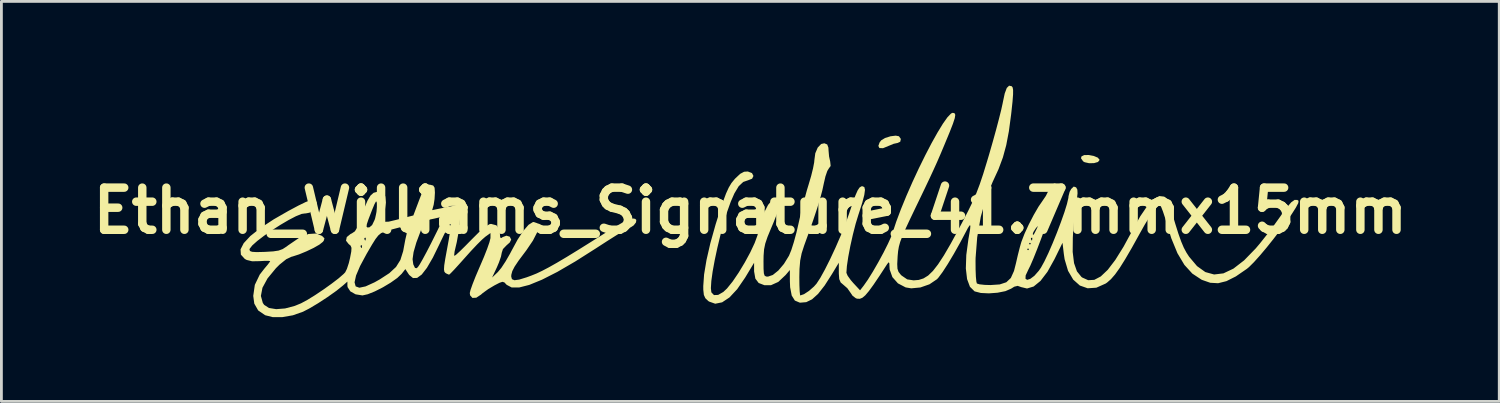
<source format=kicad_pcb>
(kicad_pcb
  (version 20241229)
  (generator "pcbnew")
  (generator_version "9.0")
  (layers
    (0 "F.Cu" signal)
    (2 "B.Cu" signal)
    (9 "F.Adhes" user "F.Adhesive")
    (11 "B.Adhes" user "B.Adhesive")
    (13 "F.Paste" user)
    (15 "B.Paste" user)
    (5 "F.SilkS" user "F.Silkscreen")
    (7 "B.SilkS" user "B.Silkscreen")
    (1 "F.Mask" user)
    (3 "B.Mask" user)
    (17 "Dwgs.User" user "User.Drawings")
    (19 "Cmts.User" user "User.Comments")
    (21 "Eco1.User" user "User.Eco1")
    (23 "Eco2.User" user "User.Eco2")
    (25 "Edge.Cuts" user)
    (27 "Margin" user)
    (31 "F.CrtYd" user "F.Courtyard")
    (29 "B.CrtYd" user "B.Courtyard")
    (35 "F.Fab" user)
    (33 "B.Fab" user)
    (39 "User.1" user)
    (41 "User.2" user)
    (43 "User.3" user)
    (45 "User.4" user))
  (footprint "Ethan_Williams_Signature_41.7mmx15mm"
    (layer "F.Cu")
    (at 23.657 4.45)
    (property "Reference" "Ethan_Williams_Signature_41.7mmx15mm" (at 0 0 0) (layer "F.SilkS") (effects (font (size 1.5 1.5) (thickness 0.3))))
    (attr board_only exclude_from_pos_files exclude_from_bom)
    (fp_poly (pts (xy 12.224 -1.949) (xy 12.369 -1.888) (xy 12.432 -1.811) (xy 12.432 -1.807) (xy 12.374 -1.734) (xy 12.234 -1.694) (xy 12.06 -1.69) (xy 11.9 -1.726) (xy 11.847 -1.756) (xy 11.77 -1.866) (xy 11.787 -1.933) (xy 11.883 -1.98) (xy 12.045 -1.983)) (stroke (width 0) (type solid)) (fill yes) (layer "F.SilkS"))
    (fp_poly (pts (xy 5.29 -2.65) (xy 5.358 -2.554) (xy 5.336 -2.455) (xy 5.244 -2.412) (xy 5.103 -2.382) (xy 4.935 -2.312) (xy 4.722 -2.225) (xy 4.594 -2.23) (xy 4.557 -2.307) (xy 4.601 -2.43) (xy 4.66 -2.506) (xy 4.797 -2.589) (xy 4.989 -2.649) (xy 5.176 -2.672)) (stroke (width 0) (type solid)) (fill yes) (layer "F.SilkS"))
    (fp_poly (pts (xy -11.4 -0.925) (xy -11.287 -0.896) (xy -11.238 -0.818) (xy -11.227 -0.65) (xy -11.227 -0.637) (xy -11.24 -0.413) (xy -11.27 -0.216) (xy -11.276 -0.194) (xy -11.324 -0.02) (xy -10.743 -0.14) (xy -10.478 -0.191) (xy -10.263 -0.223) (xy -10.131 -0.232) (xy -10.108 -0.227) (xy -10.052 -0.132) (xy -10.091 -0.017) (xy -10.191 0.056) (xy -10.273 0.11) (xy -10.322 0.218) (xy -10.351 0.416) (xy -10.358 0.506) (xy -10.392 0.804) (xy -10.448 1.116) (xy -10.481 1.257) (xy -10.526 1.45) (xy -10.541 1.577) (xy -10.53 1.608) (xy -10.468 1.563) (xy -10.333 1.439) (xy -10.147 1.256) (xy -9.934 1.039) (xy -9.646 0.752) (xy -9.431 0.568) (xy -9.281 0.479) (xy -9.23 0.469) (xy -9.037 0.52) (xy -8.933 0.671) (xy -8.913 0.826) (xy -8.903 0.955) (xy -8.861 0.972) (xy -8.814 0.939) (xy -8.682 0.889) (xy -8.563 0.925) (xy -8.511 1.029) (xy -8.563 1.131) (xy -8.679 1.234) (xy -8.805 1.365) (xy -8.847 1.493) (xy -8.875 1.633) (xy -8.947 1.841) (xy -9.019 2.011) (xy -9.191 2.379) (xy -8.987 2.184) (xy -8.863 2.034) (xy -8.711 1.803) (xy -8.556 1.534) (xy -8.504 1.435) (xy -8.282 1.026) (xy -8.076 0.712) (xy -7.894 0.502) (xy -7.744 0.407) (xy -7.709 0.402) (xy -7.578 0.447) (xy -7.541 0.578) (xy -7.596 0.787) (xy -7.739 1.065) (xy -7.969 1.405) (xy -8.029 1.485) (xy -8.247 1.776) (xy -8.39 1.99) (xy -8.472 2.149) (xy -8.507 2.279) (xy -8.511 2.341) (xy -8.485 2.437) (xy -8.396 2.474) (xy -8.227 2.452) (xy -7.963 2.371) (xy -7.794 2.309) (xy -7.61 2.235) (xy -7.406 2.138) (xy -7.168 2.013) (xy -6.881 1.851) (xy -6.532 1.644) (xy -6.108 1.384) (xy -5.595 1.063) (xy -5.201 0.815) (xy -4.82 0.578) (xy -4.533 0.413) (xy -4.326 0.315) (xy -4.186 0.275) (xy -4.097 0.29) (xy -4.058 0.33) (xy -4.07 0.417) (xy -4.152 0.522) (xy -4.26 0.595) (xy -4.302 0.603) (xy -4.377 0.638) (xy -4.545 0.737) (xy -4.789 0.887) (xy -5.091 1.078) (xy -5.431 1.298) (xy -5.491 1.337) (xy -6.227 1.804) (xy -6.868 2.177) (xy -7.415 2.455) (xy -7.869 2.641) (xy -8.229 2.733) (xy -8.497 2.731) (xy -8.674 2.637) (xy -8.682 2.628) (xy -8.754 2.552) (xy -8.824 2.531) (xy -8.931 2.567) (xy -9.107 2.658) (xy -9.327 2.789) (xy -9.525 2.932) (xy -9.589 2.988) (xy -9.754 3.097) (xy -9.892 3.104) (xy -9.974 3.012) (xy -9.986 2.93) (xy -9.959 2.82) (xy -9.887 2.615) (xy -9.78 2.343) (xy -9.647 2.031) (xy -9.617 1.962) (xy -9.48 1.642) (xy -9.366 1.352) (xy -9.286 1.122) (xy -9.25 0.979) (xy -9.249 0.964) (xy -9.249 0.795) (xy -9.433 0.927) (xy -9.55 1.029) (xy -9.729 1.207) (xy -9.944 1.435) (xy -10.153 1.668) (xy -10.363 1.903) (xy -10.539 2.096) (xy -10.665 2.227) (xy -10.722 2.277) (xy -10.723 2.277) (xy -10.802 2.245) (xy -10.852 2.216) (xy -10.889 2.173) (xy -10.904 2.09) (xy -10.895 1.944) (xy -10.859 1.714) (xy -10.797 1.376) (xy -10.793 1.355) (xy -10.735 1.038) (xy -10.692 0.766) (xy -10.668 0.567) (xy -10.667 0.471) (xy -10.667 0.47) (xy -10.703 0.495) (xy -10.783 0.623) (xy -10.894 0.835) (xy -11.028 1.11) (xy -11.061 1.181) (xy -11.3 1.67) (xy -11.511 2.033) (xy -11.696 2.272) (xy -11.86 2.392) (xy -12.007 2.397) (xy -12.139 2.289) (xy -12.17 2.246) (xy -12.279 2.078) (xy -12.411 2.247) (xy -12.567 2.395) (xy -12.803 2.562) (xy -13.081 2.728) (xy -13.365 2.872) (xy -13.619 2.974) (xy -13.805 3.015) (xy -13.808 3.015) (xy -14.051 2.976) (xy -14.238 2.87) (xy -14.335 2.72) (xy -14.342 2.665) (xy -14.342 2.549) (xy -14.087 2.549) (xy -14.048 2.693) (xy -13.917 2.741) (xy -13.694 2.694) (xy -13.378 2.55) (xy -13.192 2.446) (xy -12.849 2.223) (xy -12.611 2.002) (xy -12.455 1.752) (xy -12.447 1.725) (xy -12.022 1.725) (xy -11.997 1.907) (xy -11.994 1.915) (xy -11.936 2.037) (xy -11.879 2.047) (xy -11.831 2.005) (xy -11.769 1.913) (xy -11.661 1.725) (xy -11.521 1.465) (xy -11.363 1.159) (xy -11.309 1.051) (xy -11.142 0.716) (xy -11.031 0.482) (xy -10.969 0.334) (xy -10.953 0.254) (xy -10.975 0.225) (xy -11.03 0.23) (xy -11.043 0.233) (xy -11.24 0.279) (xy -11.396 0.312) (xy -11.522 0.362) (xy -11.62 0.475) (xy -11.719 0.684) (xy -11.723 0.694) (xy -11.888 1.133) (xy -11.986 1.472) (xy -12.022 1.725) (xy -12.447 1.725) (xy -12.357 1.44) (xy -12.327 1.278) (xy -12.28 1.027) (xy -12.228 0.805) (xy -12.194 0.696) (xy -12.157 0.575) (xy -12.194 0.539) (xy -12.332 0.56) (xy -12.518 0.603) (xy -12.76 0.667) (xy -12.886 0.703) (xy -13.033 0.749) (xy -13.145 0.8) (xy -13.241 0.88) (xy -13.341 1.008) (xy -13.466 1.207) (xy -13.636 1.499) (xy -13.655 1.531) (xy -13.89 1.968) (xy -14.034 2.307) (xy -14.087 2.549) (xy -14.342 2.549) (xy -14.342 2.523) (xy -14.493 2.657) (xy -14.734 2.851) (xy -15.047 3.073) (xy -15.385 3.294) (xy -15.703 3.483) (xy -15.922 3.596) (xy -16.284 3.723) (xy -16.659 3.788) (xy -17.004 3.787) (xy -17.269 3.72) (xy -17.518 3.549) (xy -17.656 3.307) (xy -17.693 3.032) (xy -17.637 2.639) (xy -17.462 2.274) (xy -17.299 2.064) (xy -17.176 1.918) (xy -17.101 1.817) (xy -17.09 1.795) (xy -17.15 1.784) (xy -17.306 1.786) (xy -17.458 1.795) (xy -17.733 1.8) (xy -17.925 1.753) (xy -17.994 1.716) (xy -18.133 1.564) (xy -18.145 1.376) (xy -18.032 1.155) (xy -17.796 0.901) (xy -17.437 0.617) (xy -16.959 0.304) (xy -16.439 0.006) (xy -16.085 -0.183) (xy -15.828 -0.308) (xy -15.651 -0.375) (xy -15.538 -0.389) (xy -15.47 -0.355) (xy -15.437 -0.298) (xy -15.45 -0.169) (xy -15.547 -0.033) (xy -15.688 0.07) (xy -15.832 0.098) (xy -15.844 0.096) (xy -15.971 0.114) (xy -16.177 0.198) (xy -16.436 0.333) (xy -16.727 0.504) (xy -17.025 0.695) (xy -17.307 0.891) (xy -17.549 1.076) (xy -17.728 1.236) (xy -17.82 1.354) (xy -17.827 1.383) (xy -17.808 1.435) (xy -17.734 1.463) (xy -17.581 1.473) (xy -17.323 1.467) (xy -17.271 1.465) (xy -16.985 1.448) (xy -16.791 1.419) (xy -16.645 1.365) (xy -16.506 1.275) (xy -16.45 1.232) (xy -16.064 0.969) (xy -15.73 0.829) (xy -15.449 0.811) (xy -15.245 0.897) (xy -15.159 0.982) (xy -15.182 1.066) (xy -15.216 1.11) (xy -15.337 1.206) (xy -15.545 1.325) (xy -15.801 1.447) (xy -16.063 1.555) (xy -16.292 1.629) (xy -16.33 1.638) (xy -16.519 1.727) (xy -16.754 1.916) (xy -16.886 2.047) (xy -17.186 2.412) (xy -17.365 2.742) (xy -17.421 3.033) (xy -17.353 3.281) (xy -17.305 3.351) (xy -17.134 3.462) (xy -16.876 3.504) (xy -16.56 3.479) (xy -16.213 3.387) (xy -15.992 3.296) (xy -15.771 3.177) (xy -15.495 3.007) (xy -15.198 2.808) (xy -14.908 2.601) (xy -14.657 2.409) (xy -14.476 2.252) (xy -14.42 2.193) (xy -14.359 2.07) (xy -14.292 1.866) (xy -14.247 1.679) (xy -14.204 1.454) (xy -14.196 1.322) (xy -14.215 1.273) (xy -13.873 1.273) (xy -13.848 1.329) (xy -13.828 1.318) (xy -13.82 1.238) (xy -13.828 1.229) (xy -13.868 1.238) (xy -13.873 1.273) (xy -14.215 1.273) (xy -14.226 1.245) (xy -14.297 1.186) (xy -14.298 1.185) (xy -14.391 1.067) (xy -14.378 1.005) (xy -13.739 1.005) (xy -13.714 1.06) (xy -13.694 1.05) (xy -13.686 0.97) (xy -13.694 0.961) (xy -13.734 0.97) (xy -13.739 1.005) (xy -14.378 1.005) (xy -14.364 0.938) (xy -14.228 0.827) (xy -14.183 0.807) (xy -14.078 0.736) (xy -13.986 0.592) (xy -13.976 0.566) (xy -13.66 0.566) (xy -13.629 0.597) (xy -13.559 0.591) (xy -13.557 0.591) (xy -13.462 0.511) (xy -13.373 0.326) (xy -13.354 0.268) (xy -13.303 0.036) (xy -13.283 -0.179) (xy -13.285 -0.235) (xy -13.299 -0.322) (xy -13.327 -0.325) (xy -13.378 -0.232) (xy -13.462 -0.029) (xy -13.487 0.035) (xy -13.592 0.307) (xy -13.649 0.477) (xy -13.66 0.566) (xy -13.976 0.566) (xy -13.89 0.349) (xy -13.87 0.289) (xy -13.737 -0.096) (xy -13.622 -0.368) (xy -13.516 -0.543) (xy -13.409 -0.638) (xy -13.289 -0.67) (xy -13.271 -0.67) (xy -13.091 -0.632) (xy -12.993 -0.51) (xy -12.972 -0.292) (xy -13.002 -0.064) (xy -13.048 0.185) (xy -13.055 0.332) (xy -13.003 0.395) (xy -12.87 0.389) (xy -12.634 0.333) (xy -12.531 0.307) (xy -11.994 0.169) (xy -11.784 -0.388) (xy -11.68 -0.655) (xy -11.604 -0.818) (xy -11.539 -0.901) (xy -11.468 -0.928)) (stroke (width 0) (type solid)) (fill yes) (layer "F.SilkS"))
    (fp_poly (pts (xy 9.304 -4.431) (xy 9.337 -4.387) (xy 9.353 -4.296) (xy 9.352 -4.136) (xy 9.333 -3.888) (xy 9.295 -3.533) (xy 9.282 -3.42) (xy 9.203 -2.829) (xy 9.109 -2.334) (xy 8.99 -1.897) (xy 8.835 -1.48) (xy 8.635 -1.046) (xy 8.631 -1.039) (xy 8.39 -0.451) (xy 8.201 0.224) (xy 8.075 0.948) (xy 8.018 1.681) (xy 8.016 1.787) (xy 8.018 2.092) (xy 8.028 2.348) (xy 8.046 2.525) (xy 8.065 2.591) (xy 8.157 2.62) (xy 8.341 2.64) (xy 8.547 2.646) (xy 8.877 2.624) (xy 9.111 2.547) (xy 9.272 2.395) (xy 9.385 2.145) (xy 9.455 1.87) (xy 9.521 1.583) (xy 9.574 1.374) (xy 9.852 1.374) (xy 9.885 1.407) (xy 9.919 1.374) (xy 9.885 1.34) (xy 9.852 1.374) (xy 9.574 1.374) (xy 9.591 1.308) (xy 9.629 1.173) (xy 9.919 1.173) (xy 9.952 1.206) (xy 9.986 1.173) (xy 9.952 1.139) (xy 9.919 1.173) (xy 9.629 1.173) (xy 9.649 1.106) (xy 9.688 1.005) (xy 9.986 1.005) (xy 10.01 1.06) (xy 10.03 1.05) (xy 10.038 0.97) (xy 10.03 0.961) (xy 9.991 0.97) (xy 9.986 1.005) (xy 9.688 1.005) (xy 9.756 0.828) (xy 10.053 0.828) (xy 10.066 0.87) (xy 10.111 0.809) (xy 10.181 0.67) (xy 10.232 0.559) (xy 10.218 0.559) (xy 10.157 0.633) (xy 10.076 0.757) (xy 10.053 0.828) (xy 9.756 0.828) (xy 9.758 0.823) (xy 9.911 0.49) (xy 10.086 0.153) (xy 10.258 -0.144) (xy 10.392 -0.339) (xy 10.52 -0.528) (xy 10.61 -0.708) (xy 10.624 -0.753) (xy 10.706 -0.92) (xy 10.83 -0.972) (xy 10.923 -0.939) (xy 10.954 -0.92) (xy 10.975 -0.896) (xy 10.981 -0.852) (xy 10.967 -0.772) (xy 10.929 -0.64) (xy 10.863 -0.441) (xy 10.765 -0.158) (xy 10.63 0.224) (xy 10.502 0.583) (xy 10.355 0.987) (xy 10.21 1.367) (xy 10.077 1.699) (xy 9.967 1.954) (xy 9.893 2.104) (xy 9.8 2.303) (xy 9.794 2.421) (xy 9.855 2.461) (xy 9.966 2.425) (xy 10.11 2.317) (xy 10.267 2.139) (xy 10.345 2.026) (xy 10.466 1.806) (xy 10.609 1.507) (xy 10.762 1.155) (xy 10.915 0.777) (xy 11.057 0.401) (xy 11.18 0.052) (xy 11.271 -0.242) (xy 11.32 -0.454) (xy 11.326 -0.517) (xy 11.365 -0.672) (xy 11.422 -0.775) (xy 11.512 -0.86) (xy 11.592 -0.832) (xy 11.6 -0.824) (xy 11.64 -0.75) (xy 11.647 -0.619) (xy 11.623 -0.401) (xy 11.6 -0.254) (xy 11.56 0.033) (xy 11.522 0.395) (xy 11.49 0.774) (xy 11.479 0.953) (xy 11.474 1.466) (xy 11.522 1.865) (xy 11.625 2.158) (xy 11.785 2.356) (xy 11.816 2.379) (xy 12.025 2.473) (xy 12.243 2.461) (xy 12.473 2.34) (xy 12.721 2.105) (xy 12.99 1.753) (xy 13.285 1.28) (xy 13.598 0.704) (xy 13.878 0.201) (xy 14.131 -0.171) (xy 14.357 -0.412) (xy 14.556 -0.522) (xy 14.729 -0.502) (xy 14.777 -0.469) (xy 14.849 -0.363) (xy 14.931 -0.173) (xy 14.985 -0.009) (xy 15.124 0.46) (xy 15.238 0.822) (xy 15.337 1.099) (xy 15.428 1.314) (xy 15.522 1.49) (xy 15.616 1.635) (xy 15.9 1.972) (xy 16.196 2.184) (xy 16.508 2.27) (xy 16.84 2.23) (xy 17.195 2.062) (xy 17.576 1.767) (xy 17.988 1.343) (xy 18.138 1.166) (xy 18.372 0.871) (xy 18.63 0.531) (xy 18.858 0.213) (xy 18.885 0.174) (xy 19.095 -0.116) (xy 19.253 -0.299) (xy 19.374 -0.385) (xy 19.468 -0.384) (xy 19.514 -0.351) (xy 19.503 -0.272) (xy 19.418 -0.111) (xy 19.274 0.116) (xy 19.084 0.39) (xy 18.861 0.693) (xy 18.62 1.007) (xy 18.375 1.314) (xy 18.138 1.595) (xy 17.925 1.832) (xy 17.749 2.007) (xy 17.674 2.069) (xy 17.281 2.339) (xy 16.947 2.507) (xy 16.651 2.581) (xy 16.37 2.565) (xy 16.081 2.464) (xy 16.056 2.452) (xy 15.732 2.238) (xy 15.45 1.928) (xy 15.203 1.514) (xy 14.985 0.984) (xy 14.844 0.53) (xy 14.762 0.253) (xy 14.685 0.023) (xy 14.626 -0.128) (xy 14.603 -0.166) (xy 14.526 -0.171) (xy 14.408 -0.064) (xy 14.246 0.158) (xy 14.038 0.498) (xy 13.866 0.804) (xy 13.582 1.316) (xy 13.346 1.721) (xy 13.15 2.034) (xy 12.983 2.268) (xy 12.836 2.437) (xy 12.7 2.556) (xy 12.647 2.593) (xy 12.317 2.74) (xy 12.007 2.761) (xy 11.729 2.663) (xy 11.493 2.453) (xy 11.309 2.14) (xy 11.187 1.729) (xy 11.159 1.542) (xy 11.112 1.142) (xy 10.825 1.727) (xy 10.576 2.174) (xy 10.328 2.499) (xy 10.084 2.698) (xy 9.849 2.769) (xy 9.644 2.72) (xy 9.516 2.675) (xy 9.396 2.704) (xy 9.282 2.775) (xy 9.08 2.863) (xy 8.8 2.919) (xy 8.491 2.942) (xy 8.205 2.928) (xy 7.99 2.873) (xy 7.978 2.867) (xy 7.817 2.708) (xy 7.715 2.434) (xy 7.671 2.055) (xy 7.687 1.577) (xy 7.763 1.007) (xy 7.78 0.912) (xy 7.823 0.659) (xy 7.833 0.531) (xy 7.806 0.52) (xy 7.741 0.621) (xy 7.698 0.704) (xy 7.471 1.132) (xy 7.244 1.536) (xy 7.031 1.893) (xy 6.844 2.182) (xy 6.696 2.381) (xy 6.644 2.438) (xy 6.377 2.619) (xy 6.054 2.732) (xy 5.726 2.763) (xy 5.529 2.73) (xy 5.254 2.586) (xy 5.056 2.363) (xy 4.96 2.092) (xy 4.955 2.022) (xy 4.948 1.87) (xy 4.923 1.835) (xy 4.872 1.899) (xy 4.599 2.317) (xy 4.386 2.633) (xy 4.22 2.861) (xy 4.092 3.012) (xy 3.988 3.099) (xy 3.898 3.135) (xy 3.811 3.132) (xy 3.761 3.119) (xy 3.642 3.031) (xy 3.565 2.918) (xy 3.453 2.759) (xy 3.32 2.643) (xy 3.216 2.554) (xy 3.165 2.435) (xy 3.15 2.238) (xy 3.15 2.191) (xy 3.15 1.851) (xy 2.91 2.249) (xy 2.645 2.663) (xy 2.411 2.961) (xy 2.197 3.154) (xy 1.99 3.255) (xy 1.777 3.273) (xy 1.756 3.271) (xy 1.585 3.198) (xy 1.473 3.019) (xy 1.417 2.727) (xy 1.408 2.513) (xy 1.407 2.111) (xy 1.256 2.289) (xy 0.996 2.534) (xy 0.736 2.651) (xy 0.504 2.652) (xy 0.297 2.573) (xy 0.179 2.417) (xy 0.135 2.165) (xy 0.134 2.104) (xy 0.134 1.853) (xy -0.184 2.38) (xy -0.467 2.792) (xy -0.742 3.087) (xy -1.004 3.261) (xy -1.249 3.311) (xy -1.47 3.233) (xy -1.5 3.211) (xy -1.602 3.114) (xy -1.654 2.997) (xy -1.674 2.816) (xy -1.675 2.683) (xy -1.646 2.27) (xy -1.56 1.754) (xy -1.422 1.153) (xy -1.235 0.486) (xy -1.103 0.067) (xy -0.972 -0.325) (xy -0.864 -0.613) (xy -0.768 -0.824) (xy -0.672 -0.984) (xy -0.564 -1.117) (xy -0.538 -1.146) (xy -0.362 -1.312) (xy -0.222 -1.387) (xy -0.089 -1.396) (xy 0.06 -1.338) (xy 0.111 -1.237) (xy 0.063 -1.139) (xy -0.076 -1.085) (xy -0.254 -1.023) (xy -0.414 -0.871) (xy -0.569 -0.613) (xy -0.698 -0.317) (xy -0.823 0.034) (xy -0.948 0.44) (xy -1.067 0.879) (xy -1.175 1.327) (xy -1.268 1.763) (xy -1.341 2.161) (xy -1.388 2.5) (xy -1.404 2.757) (xy -1.387 2.905) (xy -1.294 3.003) (xy -1.145 2.997) (xy -0.962 2.892) (xy -0.831 2.769) (xy -0.63 2.52) (xy -0.413 2.2) (xy -0.197 1.842) (xy -0.001 1.481) (xy 0.155 1.148) (xy 0.254 0.878) (xy 0.27 0.812) (xy 0.371 0.404) (xy 0.495 0.058) (xy 0.633 -0.208) (xy 0.777 -0.378) (xy 0.917 -0.438) (xy 0.966 -0.429) (xy 1.031 -0.381) (xy 1.055 -0.292) (xy 1.032 -0.144) (xy 0.96 0.08) (xy 0.835 0.397) (xy 0.74 0.622) (xy 0.612 0.932) (xy 0.532 1.168) (xy 0.489 1.377) (xy 0.472 1.606) (xy 0.469 1.801) (xy 0.471 2.069) (xy 0.482 2.231) (xy 0.51 2.313) (xy 0.563 2.342) (xy 0.629 2.346) (xy 0.8 2.287) (xy 0.997 2.129) (xy 1.196 1.894) (xy 1.373 1.607) (xy 1.379 1.595) (xy 1.459 1.4) (xy 1.55 1.115) (xy 1.641 0.779) (xy 1.708 0.489) (xy 1.798 0.095) (xy 1.905 -0.331) (xy 2.013 -0.727) (xy 2.077 -0.938) (xy 2.165 -1.237) (xy 2.233 -1.512) (xy 2.273 -1.723) (xy 2.279 -1.796) (xy 2.312 -2.044) (xy 2.399 -2.248) (xy 2.522 -2.375) (xy 2.634 -2.4) (xy 2.737 -2.358) (xy 2.779 -2.245) (xy 2.784 -2.145) (xy 2.803 -1.931) (xy 2.843 -1.748) (xy 2.843 -1.748) (xy 2.859 -1.592) (xy 2.8 -1.513) (xy 2.74 -1.414) (xy 2.674 -1.223) (xy 2.618 -0.981) (xy 2.616 -0.972) (xy 2.563 -0.725) (xy 2.486 -0.437) (xy 2.379 -0.087) (xy 2.237 0.34) (xy 2.053 0.862) (xy 1.916 1.24) (xy 1.827 1.516) (xy 1.775 1.775) (xy 1.75 2.072) (xy 1.744 2.362) (xy 1.747 2.64) (xy 1.756 2.859) (xy 1.769 2.991) (xy 1.779 3.016) (xy 1.912 2.97) (xy 2.088 2.854) (xy 2.265 2.699) (xy 2.356 2.597) (xy 2.489 2.394) (xy 2.655 2.093) (xy 2.841 1.723) (xy 3.033 1.311) (xy 3.218 0.885) (xy 3.383 0.474) (xy 3.515 0.106) (xy 3.52 0.091) (xy 3.646 -0.286) (xy 3.744 -0.552) (xy 3.821 -0.725) (xy 3.887 -0.824) (xy 3.95 -0.866) (xy 3.99 -0.871) (xy 4.058 -0.841) (xy 4.081 -0.743) (xy 4.057 -0.562) (xy 3.985 -0.286) (xy 3.862 0.099) (xy 3.85 0.134) (xy 3.748 0.468) (xy 3.649 0.855) (xy 3.559 1.258) (xy 3.486 1.642) (xy 3.437 1.97) (xy 3.42 2.206) (xy 3.42 2.212) (xy 3.464 2.315) (xy 3.575 2.47) (xy 3.664 2.573) (xy 3.906 2.833) (xy 4.031 2.673) (xy 4.182 2.458) (xy 4.363 2.167) (xy 4.555 1.834) (xy 4.74 1.493) (xy 4.899 1.176) (xy 5.015 0.919) (xy 5.057 0.804) (xy 5.191 0.397) (xy 5.36 -0.053) (xy 5.556 -0.531) (xy 5.771 -1.021) (xy 5.997 -1.507) (xy 6.227 -1.974) (xy 6.451 -2.405) (xy 6.664 -2.785) (xy 6.855 -3.098) (xy 7.018 -3.328) (xy 7.145 -3.46) (xy 7.204 -3.485) (xy 7.269 -3.47) (xy 7.295 -3.412) (xy 7.277 -3.294) (xy 7.212 -3.096) (xy 7.097 -2.801) (xy 7.045 -2.675) (xy 6.897 -2.318) (xy 6.769 -2.014) (xy 6.649 -1.737) (xy 6.523 -1.458) (xy 6.381 -1.152) (xy 6.21 -0.792) (xy 5.998 -0.351) (xy 5.883 -0.113) (xy 5.677 0.317) (xy 5.522 0.65) (xy 5.411 0.906) (xy 5.335 1.108) (xy 5.288 1.278) (xy 5.26 1.437) (xy 5.244 1.609) (xy 5.242 1.641) (xy 5.229 1.9) (xy 5.237 2.065) (xy 5.274 2.175) (xy 5.348 2.271) (xy 5.383 2.307) (xy 5.584 2.444) (xy 5.811 2.479) (xy 5.994 2.464) (xy 6.164 2.41) (xy 6.329 2.308) (xy 6.499 2.144) (xy 6.682 1.909) (xy 6.89 1.591) (xy 7.13 1.179) (xy 7.412 0.662) (xy 7.56 0.382) (xy 7.755 0.006) (xy 7.912 -0.318) (xy 8.045 -0.623) (xy 8.166 -0.942) (xy 8.289 -1.309) (xy 8.426 -1.756) (xy 8.502 -2.011) (xy 8.629 -2.453) (xy 8.748 -2.883) (xy 8.851 -3.274) (xy 8.932 -3.598) (xy 8.982 -3.826) (xy 8.987 -3.854) (xy 9.055 -4.173) (xy 9.128 -4.369) (xy 9.211 -4.45)) (stroke (width 0) (type solid)) (fill yes) (layer "F.SilkS")))
  (gr_rect
    (start -3 -3)
    (end 50.314 11.238)
    (stroke (width 0.1) (type default))
    (fill no)
    (layer "Edge.Cuts")))
</source>
